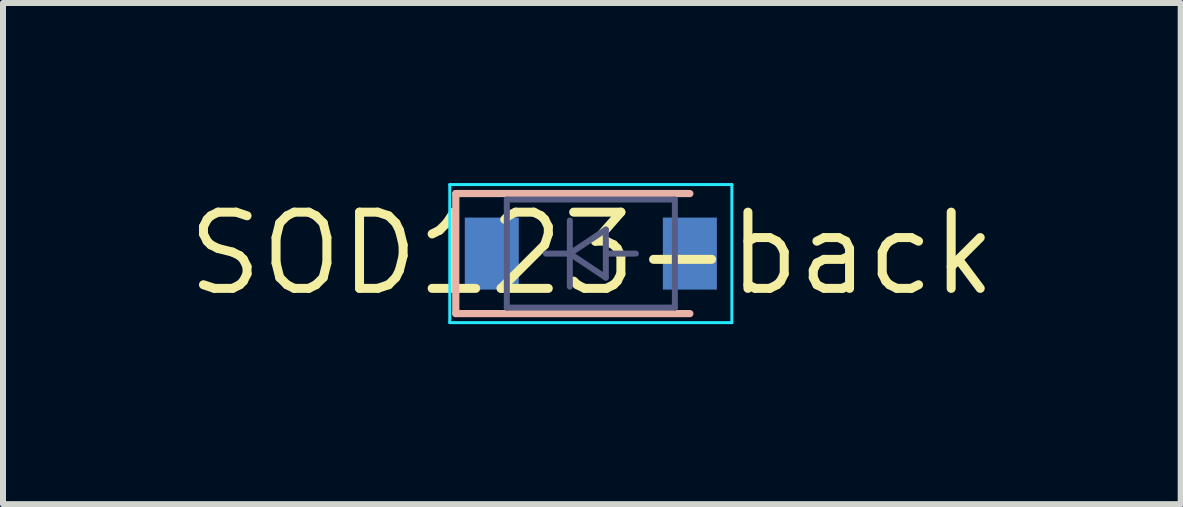
<source format=kicad_pcb>
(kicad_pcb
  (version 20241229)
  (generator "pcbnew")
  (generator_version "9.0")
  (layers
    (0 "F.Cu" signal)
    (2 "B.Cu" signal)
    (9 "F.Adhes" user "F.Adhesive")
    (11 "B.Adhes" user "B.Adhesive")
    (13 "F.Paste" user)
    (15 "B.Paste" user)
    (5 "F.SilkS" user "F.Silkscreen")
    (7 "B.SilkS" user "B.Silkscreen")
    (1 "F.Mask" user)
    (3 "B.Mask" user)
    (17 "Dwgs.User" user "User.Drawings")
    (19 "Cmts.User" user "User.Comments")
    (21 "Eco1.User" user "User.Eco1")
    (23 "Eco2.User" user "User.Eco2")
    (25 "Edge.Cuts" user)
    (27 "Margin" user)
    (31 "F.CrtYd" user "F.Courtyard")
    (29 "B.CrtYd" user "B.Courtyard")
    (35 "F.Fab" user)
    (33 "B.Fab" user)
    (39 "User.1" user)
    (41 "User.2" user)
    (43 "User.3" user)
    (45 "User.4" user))
  (footprint "SOD123-back"
    (layer "F.Cu")
    (at 6.811 1.175)
    (property "Reference" "SOD123-back" (at 0 0 0) (layer "F.SilkS") (effects (font (size 1.27 1.27) (thickness 0.15))))
    (attr through_hole)
    (fp_line (start -2.267 -1) (end 1.633 -1) (stroke (width 0.12) (type solid)) (layer "B.SilkS"))
    (fp_line (start -2.267 1) (end -2.267 -1) (stroke (width 0.12) (type solid)) (layer "B.SilkS"))
    (fp_line (start -2.267 1) (end 1.633 1) (stroke (width 0.12) (type solid)) (layer "B.SilkS"))
    (fp_line (start -2.367 1.15) (end -2.367 -1.15) (stroke (width 0.05) (type solid)) (layer "B.CrtYd"))
    (fp_line (start -2.367 1.15) (end 2.333 1.15) (stroke (width 0.05) (type solid)) (layer "B.CrtYd"))
    (fp_line (start 2.333 -1.15) (end -2.367 -1.15) (stroke (width 0.05) (type solid)) (layer "B.CrtYd"))
    (fp_line (start 2.333 1.15) (end 2.333 -1.15) (stroke (width 0.05) (type solid)) (layer "B.CrtYd"))
    (fp_line (start -1.417 -0.9) (end -1.417 0.9) (stroke (width 0.1) (type solid)) (layer "B.Fab"))
    (fp_line (start -1.417 0.9) (end 1.383 0.9) (stroke (width 0.1) (type solid)) (layer "B.Fab"))
    (fp_line (start -0.767 0) (end -0.367 0) (stroke (width 0.1) (type solid)) (layer "B.Fab"))
    (fp_line (start -0.367 0) (end -0.367 -0.55) (stroke (width 0.1) (type solid)) (layer "B.Fab"))
    (fp_line (start -0.367 0) (end -0.367 0.55) (stroke (width 0.1) (type solid)) (layer "B.Fab"))
    (fp_line (start -0.367 0) (end 0.233 0.4) (stroke (width 0.1) (type solid)) (layer "B.Fab"))
    (fp_line (start 0.233 -0.4) (end -0.367 0) (stroke (width 0.1) (type solid)) (layer "B.Fab"))
    (fp_line (start 0.233 0) (end 0.733 0) (stroke (width 0.1) (type solid)) (layer "B.Fab"))
    (fp_line (start 0.233 0.4) (end 0.233 -0.4) (stroke (width 0.1) (type solid)) (layer "B.Fab"))
    (fp_line (start 1.383 -0.9) (end -1.417 -0.9) (stroke (width 0.1) (type solid)) (layer "B.Fab"))
    (fp_line (start 1.383 0.9) (end 1.383 -0.9) (stroke (width 0.1) (type solid)) (layer "B.Fab"))
    (pad "1" smd rect (at -1.667 0 180) (size 0.9 1.2) (layers "B.Cu" "B.Mask" "B.Paste"))
    (pad "2" smd rect (at 1.633 0 180) (size 0.9 1.2) (layers "B.Cu" "B.Mask" "B.Paste")))
  (gr_rect
    (start -3 -3)
    (end 16.622 5.35)
    (stroke (width 0.1) (type default))
    (fill no)
    (layer "Edge.Cuts")))
</source>
